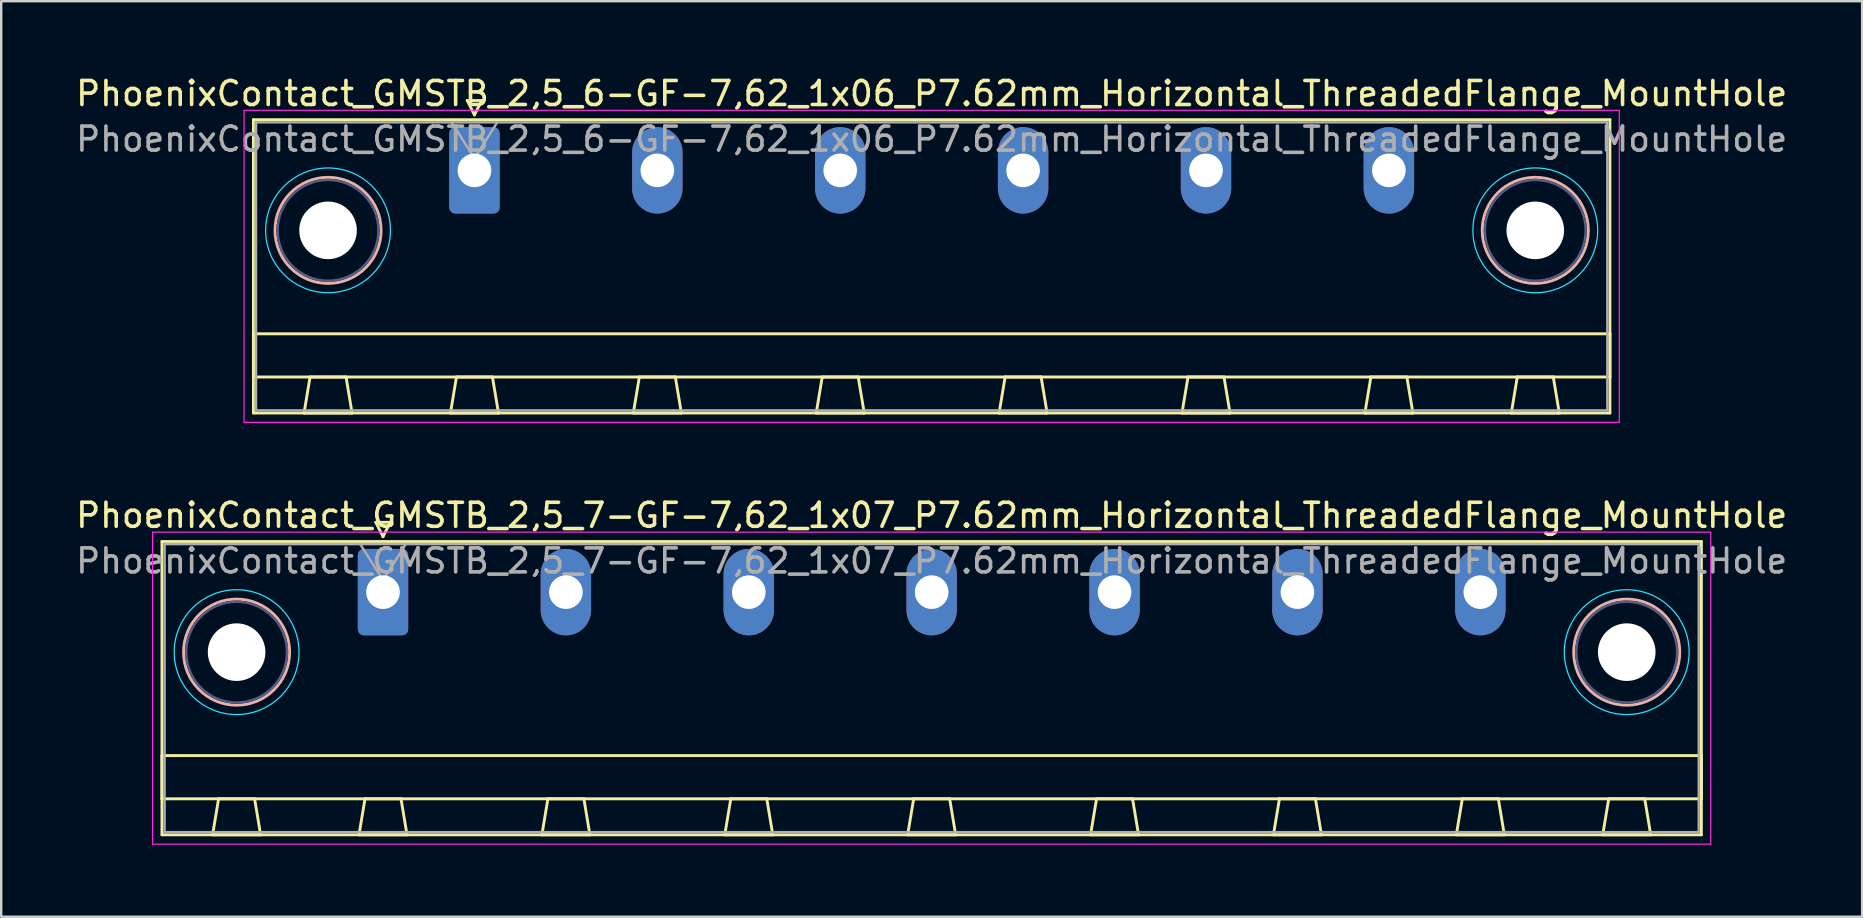
<source format=kicad_pcb>
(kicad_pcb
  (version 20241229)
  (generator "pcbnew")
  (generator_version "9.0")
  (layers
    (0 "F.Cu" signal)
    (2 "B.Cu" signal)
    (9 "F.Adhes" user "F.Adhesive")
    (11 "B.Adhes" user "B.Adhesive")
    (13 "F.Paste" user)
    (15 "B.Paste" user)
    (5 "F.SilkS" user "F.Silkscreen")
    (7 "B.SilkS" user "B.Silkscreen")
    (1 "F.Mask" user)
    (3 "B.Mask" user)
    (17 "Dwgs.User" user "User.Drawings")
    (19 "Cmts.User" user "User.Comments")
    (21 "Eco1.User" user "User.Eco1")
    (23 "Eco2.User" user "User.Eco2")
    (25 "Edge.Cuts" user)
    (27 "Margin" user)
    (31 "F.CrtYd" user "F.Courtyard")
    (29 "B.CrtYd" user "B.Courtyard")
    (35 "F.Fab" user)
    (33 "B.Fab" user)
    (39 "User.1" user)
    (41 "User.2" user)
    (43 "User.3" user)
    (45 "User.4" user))
  (footprint "PhoenixContact_GMSTB_2,5_6-GF-7,62_1x06_P7.62mm_Horizontal_ThreadedFlange_MountHole"
    (layer "F.Cu")
    (at 16.718 4.048)
    (property "Reference" "PhoenixContact_GMSTB_2,5_6-GF-7,62_1x06_P7.62mm_Horizontal_ThreadedFlange_MountHole" (at 19.05 -3.2 0) (layer "F.SilkS") (effects (font (size 1 1) (thickness 0.15))))
    (attr through_hole)
    (fp_line (start -9.21 -2.11) (end -9.21 10.11) (stroke (width 0.12) (type solid)) (layer "F.SilkS"))
    (fp_line (start -9.21 6.81) (end 47.31 6.81) (stroke (width 0.12) (type solid)) (layer "F.SilkS"))
    (fp_line (start -9.21 8.61) (end -9.21 6.81) (stroke (width 0.12) (type solid)) (layer "F.SilkS"))
    (fp_line (start -9.21 10.11) (end 47.31 10.11) (stroke (width 0.12) (type solid)) (layer "F.SilkS"))
    (fp_line (start -7.1 10.11) (end -5.1 10.11) (stroke (width 0.12) (type solid)) (layer "F.SilkS"))
    (fp_line (start -6.85 8.61) (end -7.1 10.11) (stroke (width 0.12) (type solid)) (layer "F.SilkS"))
    (fp_line (start -5.35 8.61) (end -6.85 8.61) (stroke (width 0.12) (type solid)) (layer "F.SilkS"))
    (fp_line (start -5.1 10.11) (end -5.35 8.61) (stroke (width 0.12) (type solid)) (layer "F.SilkS"))
    (fp_line (start -1 10.11) (end 1 10.11) (stroke (width 0.12) (type solid)) (layer "F.SilkS"))
    (fp_line (start -0.75 8.61) (end -1 10.11) (stroke (width 0.12) (type solid)) (layer "F.SilkS"))
    (fp_line (start -0.3 -2.91) (end 0.3 -2.91) (stroke (width 0.12) (type solid)) (layer "F.SilkS"))
    (fp_line (start 0 -2.31) (end -0.3 -2.91) (stroke (width 0.12) (type solid)) (layer "F.SilkS"))
    (fp_line (start 0.3 -2.91) (end 0 -2.31) (stroke (width 0.12) (type solid)) (layer "F.SilkS"))
    (fp_line (start 0.75 8.61) (end -0.75 8.61) (stroke (width 0.12) (type solid)) (layer "F.SilkS"))
    (fp_line (start 1 10.11) (end 0.75 8.61) (stroke (width 0.12) (type solid)) (layer "F.SilkS"))
    (fp_line (start 6.62 10.11) (end 8.62 10.11) (stroke (width 0.12) (type solid)) (layer "F.SilkS"))
    (fp_line (start 6.87 8.61) (end 6.62 10.11) (stroke (width 0.12) (type solid)) (layer "F.SilkS"))
    (fp_line (start 8.37 8.61) (end 6.87 8.61) (stroke (width 0.12) (type solid)) (layer "F.SilkS"))
    (fp_line (start 8.62 10.11) (end 8.37 8.61) (stroke (width 0.12) (type solid)) (layer "F.SilkS"))
    (fp_line (start 14.24 10.11) (end 16.24 10.11) (stroke (width 0.12) (type solid)) (layer "F.SilkS"))
    (fp_line (start 14.49 8.61) (end 14.24 10.11) (stroke (width 0.12) (type solid)) (layer "F.SilkS"))
    (fp_line (start 15.99 8.61) (end 14.49 8.61) (stroke (width 0.12) (type solid)) (layer "F.SilkS"))
    (fp_line (start 16.24 10.11) (end 15.99 8.61) (stroke (width 0.12) (type solid)) (layer "F.SilkS"))
    (fp_line (start 21.86 10.11) (end 23.86 10.11) (stroke (width 0.12) (type solid)) (layer "F.SilkS"))
    (fp_line (start 22.11 8.61) (end 21.86 10.11) (stroke (width 0.12) (type solid)) (layer "F.SilkS"))
    (fp_line (start 23.61 8.61) (end 22.11 8.61) (stroke (width 0.12) (type solid)) (layer "F.SilkS"))
    (fp_line (start 23.86 10.11) (end 23.61 8.61) (stroke (width 0.12) (type solid)) (layer "F.SilkS"))
    (fp_line (start 29.48 10.11) (end 31.48 10.11) (stroke (width 0.12) (type solid)) (layer "F.SilkS"))
    (fp_line (start 29.73 8.61) (end 29.48 10.11) (stroke (width 0.12) (type solid)) (layer "F.SilkS"))
    (fp_line (start 31.23 8.61) (end 29.73 8.61) (stroke (width 0.12) (type solid)) (layer "F.SilkS"))
    (fp_line (start 31.48 10.11) (end 31.23 8.61) (stroke (width 0.12) (type solid)) (layer "F.SilkS"))
    (fp_line (start 37.1 10.11) (end 39.1 10.11) (stroke (width 0.12) (type solid)) (layer "F.SilkS"))
    (fp_line (start 37.35 8.61) (end 37.1 10.11) (stroke (width 0.12) (type solid)) (layer "F.SilkS"))
    (fp_line (start 38.85 8.61) (end 37.35 8.61) (stroke (width 0.12) (type solid)) (layer "F.SilkS"))
    (fp_line (start 39.1 10.11) (end 38.85 8.61) (stroke (width 0.12) (type solid)) (layer "F.SilkS"))
    (fp_line (start 43.2 10.11) (end 45.2 10.11) (stroke (width 0.12) (type solid)) (layer "F.SilkS"))
    (fp_line (start 43.45 8.61) (end 43.2 10.11) (stroke (width 0.12) (type solid)) (layer "F.SilkS"))
    (fp_line (start 44.95 8.61) (end 43.45 8.61) (stroke (width 0.12) (type solid)) (layer "F.SilkS"))
    (fp_line (start 45.2 10.11) (end 44.95 8.61) (stroke (width 0.12) (type solid)) (layer "F.SilkS"))
    (fp_line (start 47.31 -2.11) (end -9.21 -2.11) (stroke (width 0.12) (type solid)) (layer "F.SilkS"))
    (fp_line (start 47.31 6.81) (end 47.31 8.61) (stroke (width 0.12) (type solid)) (layer "F.SilkS"))
    (fp_line (start 47.31 8.61) (end -9.21 8.61) (stroke (width 0.12) (type solid)) (layer "F.SilkS"))
    (fp_line (start 47.31 10.11) (end 47.31 -2.11) (stroke (width 0.12) (type solid)) (layer "F.SilkS"))
    (fp_circle (center -6.1 2.5) (end -3.89 2.5) (stroke (width 0.12) (type solid)) (fill no) (layer "B.SilkS"))
    (fp_circle (center 44.2 2.5) (end 46.41 2.5) (stroke (width 0.12) (type solid)) (fill no) (layer "B.SilkS"))
    (fp_circle (center -6.1 2.5) (end -3.5 2.5) (stroke (width 0.05) (type solid)) (fill no) (layer "B.CrtYd"))
    (fp_circle (center 44.2 2.5) (end 46.8 2.5) (stroke (width 0.05) (type solid)) (fill no) (layer "B.CrtYd"))
    (fp_line (start -9.6 -2.5) (end -9.6 10.5) (stroke (width 0.05) (type solid)) (layer "F.CrtYd"))
    (fp_line (start -9.6 10.5) (end 47.7 10.5) (stroke (width 0.05) (type solid)) (layer "F.CrtYd"))
    (fp_line (start 47.7 -2.5) (end -9.6 -2.5) (stroke (width 0.05) (type solid)) (layer "F.CrtYd"))
    (fp_line (start 47.7 10.5) (end 47.7 -2.5) (stroke (width 0.05) (type solid)) (layer "F.CrtYd"))
    (fp_circle (center -6.1 2.5) (end -4 2.5) (stroke (width 0.1) (type solid)) (fill no) (layer "B.Fab"))
    (fp_circle (center 44.2 2.5) (end 46.3 2.5) (stroke (width 0.1) (type solid)) (fill no) (layer "B.Fab"))
    (fp_line (start -9.1 -2) (end -9.1 10) (stroke (width 0.1) (type solid)) (layer "F.Fab"))
    (fp_line (start -9.1 10) (end 47.2 10) (stroke (width 0.1) (type solid)) (layer "F.Fab"))
    (fp_line (start 0 -0.5) (end -0.95 -2) (stroke (width 0.1) (type solid)) (layer "F.Fab"))
    (fp_line (start 0.95 -2) (end 0 -0.5) (stroke (width 0.1) (type solid)) (layer "F.Fab"))
    (fp_line (start 47.2 -2) (end -9.1 -2) (stroke (width 0.1) (type solid)) (layer "F.Fab"))
    (fp_line (start 47.2 10) (end 47.2 -2) (stroke (width 0.1) (type solid)) (layer "F.Fab"))
    (fp_text user "${REFERENCE}" (at 19.05 -1.3 0) (layer "F.Fab") (effects (font (size 1 1) (thickness 0.15))))
    (pad "" np_thru_hole circle (at -6.1 2.5) (size 2.4 2.4) (drill 2.4) (layers "*.Cu" "*.Mask"))
    (pad "" np_thru_hole circle (at 44.2 2.5) (size 2.4 2.4) (drill 2.4) (layers "*.Cu" "*.Mask"))
    (pad "1" thru_hole roundrect (at 0 0) (size 2.1 3.6) (drill 1.4) (layers "*.Cu" "*.Mask") (roundrect_rratio 0.119))
    (pad "2" thru_hole oval (at 7.62 0) (size 2.1 3.6) (drill 1.4) (layers "*.Cu" "*.Mask"))
    (pad "3" thru_hole oval (at 15.24 0) (size 2.1 3.6) (drill 1.4) (layers "*.Cu" "*.Mask"))
    (pad "4" thru_hole oval (at 22.86 0) (size 2.1 3.6) (drill 1.4) (layers "*.Cu" "*.Mask"))
    (pad "5" thru_hole oval (at 30.48 0) (size 2.1 3.6) (drill 1.4) (layers "*.Cu" "*.Mask"))
    (pad "6" thru_hole oval (at 38.1 0) (size 2.1 3.6) (drill 1.4) (layers "*.Cu" "*.Mask")))
  (footprint "PhoenixContact_GMSTB_2,5_7-GF-7,62_1x07_P7.62mm_Horizontal_ThreadedFlange_MountHole"
    (layer "F.Cu")
    (at 12.908 21.622)
    (property "Reference" "PhoenixContact_GMSTB_2,5_7-GF-7,62_1x07_P7.62mm_Horizontal_ThreadedFlange_MountHole" (at 22.86 -3.2 0) (layer "F.SilkS") (effects (font (size 1 1) (thickness 0.15))))
    (attr through_hole)
    (fp_line (start -9.21 -2.11) (end -9.21 10.11) (stroke (width 0.12) (type solid)) (layer "F.SilkS"))
    (fp_line (start -9.21 6.81) (end 54.93 6.81) (stroke (width 0.12) (type solid)) (layer "F.SilkS"))
    (fp_line (start -9.21 8.61) (end -9.21 6.81) (stroke (width 0.12) (type solid)) (layer "F.SilkS"))
    (fp_line (start -9.21 10.11) (end 54.93 10.11) (stroke (width 0.12) (type solid)) (layer "F.SilkS"))
    (fp_line (start -7.1 10.11) (end -5.1 10.11) (stroke (width 0.12) (type solid)) (layer "F.SilkS"))
    (fp_line (start -6.85 8.61) (end -7.1 10.11) (stroke (width 0.12) (type solid)) (layer "F.SilkS"))
    (fp_line (start -5.35 8.61) (end -6.85 8.61) (stroke (width 0.12) (type solid)) (layer "F.SilkS"))
    (fp_line (start -5.1 10.11) (end -5.35 8.61) (stroke (width 0.12) (type solid)) (layer "F.SilkS"))
    (fp_line (start -1 10.11) (end 1 10.11) (stroke (width 0.12) (type solid)) (layer "F.SilkS"))
    (fp_line (start -0.75 8.61) (end -1 10.11) (stroke (width 0.12) (type solid)) (layer "F.SilkS"))
    (fp_line (start -0.3 -2.91) (end 0.3 -2.91) (stroke (width 0.12) (type solid)) (layer "F.SilkS"))
    (fp_line (start 0 -2.31) (end -0.3 -2.91) (stroke (width 0.12) (type solid)) (layer "F.SilkS"))
    (fp_line (start 0.3 -2.91) (end 0 -2.31) (stroke (width 0.12) (type solid)) (layer "F.SilkS"))
    (fp_line (start 0.75 8.61) (end -0.75 8.61) (stroke (width 0.12) (type solid)) (layer "F.SilkS"))
    (fp_line (start 1 10.11) (end 0.75 8.61) (stroke (width 0.12) (type solid)) (layer "F.SilkS"))
    (fp_line (start 6.62 10.11) (end 8.62 10.11) (stroke (width 0.12) (type solid)) (layer "F.SilkS"))
    (fp_line (start 6.87 8.61) (end 6.62 10.11) (stroke (width 0.12) (type solid)) (layer "F.SilkS"))
    (fp_line (start 8.37 8.61) (end 6.87 8.61) (stroke (width 0.12) (type solid)) (layer "F.SilkS"))
    (fp_line (start 8.62 10.11) (end 8.37 8.61) (stroke (width 0.12) (type solid)) (layer "F.SilkS"))
    (fp_line (start 14.24 10.11) (end 16.24 10.11) (stroke (width 0.12) (type solid)) (layer "F.SilkS"))
    (fp_line (start 14.49 8.61) (end 14.24 10.11) (stroke (width 0.12) (type solid)) (layer "F.SilkS"))
    (fp_line (start 15.99 8.61) (end 14.49 8.61) (stroke (width 0.12) (type solid)) (layer "F.SilkS"))
    (fp_line (start 16.24 10.11) (end 15.99 8.61) (stroke (width 0.12) (type solid)) (layer "F.SilkS"))
    (fp_line (start 21.86 10.11) (end 23.86 10.11) (stroke (width 0.12) (type solid)) (layer "F.SilkS"))
    (fp_line (start 22.11 8.61) (end 21.86 10.11) (stroke (width 0.12) (type solid)) (layer "F.SilkS"))
    (fp_line (start 23.61 8.61) (end 22.11 8.61) (stroke (width 0.12) (type solid)) (layer "F.SilkS"))
    (fp_line (start 23.86 10.11) (end 23.61 8.61) (stroke (width 0.12) (type solid)) (layer "F.SilkS"))
    (fp_line (start 29.48 10.11) (end 31.48 10.11) (stroke (width 0.12) (type solid)) (layer "F.SilkS"))
    (fp_line (start 29.73 8.61) (end 29.48 10.11) (stroke (width 0.12) (type solid)) (layer "F.SilkS"))
    (fp_line (start 31.23 8.61) (end 29.73 8.61) (stroke (width 0.12) (type solid)) (layer "F.SilkS"))
    (fp_line (start 31.48 10.11) (end 31.23 8.61) (stroke (width 0.12) (type solid)) (layer "F.SilkS"))
    (fp_line (start 37.1 10.11) (end 39.1 10.11) (stroke (width 0.12) (type solid)) (layer "F.SilkS"))
    (fp_line (start 37.35 8.61) (end 37.1 10.11) (stroke (width 0.12) (type solid)) (layer "F.SilkS"))
    (fp_line (start 38.85 8.61) (end 37.35 8.61) (stroke (width 0.12) (type solid)) (layer "F.SilkS"))
    (fp_line (start 39.1 10.11) (end 38.85 8.61) (stroke (width 0.12) (type solid)) (layer "F.SilkS"))
    (fp_line (start 44.72 10.11) (end 46.72 10.11) (stroke (width 0.12) (type solid)) (layer "F.SilkS"))
    (fp_line (start 44.97 8.61) (end 44.72 10.11) (stroke (width 0.12) (type solid)) (layer "F.SilkS"))
    (fp_line (start 46.47 8.61) (end 44.97 8.61) (stroke (width 0.12) (type solid)) (layer "F.SilkS"))
    (fp_line (start 46.72 10.11) (end 46.47 8.61) (stroke (width 0.12) (type solid)) (layer "F.SilkS"))
    (fp_line (start 50.82 10.11) (end 52.82 10.11) (stroke (width 0.12) (type solid)) (layer "F.SilkS"))
    (fp_line (start 51.07 8.61) (end 50.82 10.11) (stroke (width 0.12) (type solid)) (layer "F.SilkS"))
    (fp_line (start 52.57 8.61) (end 51.07 8.61) (stroke (width 0.12) (type solid)) (layer "F.SilkS"))
    (fp_line (start 52.82 10.11) (end 52.57 8.61) (stroke (width 0.12) (type solid)) (layer "F.SilkS"))
    (fp_line (start 54.93 -2.11) (end -9.21 -2.11) (stroke (width 0.12) (type solid)) (layer "F.SilkS"))
    (fp_line (start 54.93 6.81) (end 54.93 8.61) (stroke (width 0.12) (type solid)) (layer "F.SilkS"))
    (fp_line (start 54.93 8.61) (end -9.21 8.61) (stroke (width 0.12) (type solid)) (layer "F.SilkS"))
    (fp_line (start 54.93 10.11) (end 54.93 -2.11) (stroke (width 0.12) (type solid)) (layer "F.SilkS"))
    (fp_circle (center -6.1 2.5) (end -3.89 2.5) (stroke (width 0.12) (type solid)) (fill no) (layer "B.SilkS"))
    (fp_circle (center 51.82 2.5) (end 54.03 2.5) (stroke (width 0.12) (type solid)) (fill no) (layer "B.SilkS"))
    (fp_circle (center -6.1 2.5) (end -3.5 2.5) (stroke (width 0.05) (type solid)) (fill no) (layer "B.CrtYd"))
    (fp_circle (center 51.82 2.5) (end 54.42 2.5) (stroke (width 0.05) (type solid)) (fill no) (layer "B.CrtYd"))
    (fp_line (start -9.6 -2.5) (end -9.6 10.5) (stroke (width 0.05) (type solid)) (layer "F.CrtYd"))
    (fp_line (start -9.6 10.5) (end 55.32 10.5) (stroke (width 0.05) (type solid)) (layer "F.CrtYd"))
    (fp_line (start 55.32 -2.5) (end -9.6 -2.5) (stroke (width 0.05) (type solid)) (layer "F.CrtYd"))
    (fp_line (start 55.32 10.5) (end 55.32 -2.5) (stroke (width 0.05) (type solid)) (layer "F.CrtYd"))
    (fp_circle (center -6.1 2.5) (end -4 2.5) (stroke (width 0.1) (type solid)) (fill no) (layer "B.Fab"))
    (fp_circle (center 51.82 2.5) (end 53.92 2.5) (stroke (width 0.1) (type solid)) (fill no) (layer "B.Fab"))
    (fp_line (start -9.1 -2) (end -9.1 10) (stroke (width 0.1) (type solid)) (layer "F.Fab"))
    (fp_line (start -9.1 10) (end 54.82 10) (stroke (width 0.1) (type solid)) (layer "F.Fab"))
    (fp_line (start 0 -0.5) (end -0.95 -2) (stroke (width 0.1) (type solid)) (layer "F.Fab"))
    (fp_line (start 0.95 -2) (end 0 -0.5) (stroke (width 0.1) (type solid)) (layer "F.Fab"))
    (fp_line (start 54.82 -2) (end -9.1 -2) (stroke (width 0.1) (type solid)) (layer "F.Fab"))
    (fp_line (start 54.82 10) (end 54.82 -2) (stroke (width 0.1) (type solid)) (layer "F.Fab"))
    (fp_text user "${REFERENCE}" (at 22.86 -1.3 0) (layer "F.Fab") (effects (font (size 1 1) (thickness 0.15))))
    (pad "" np_thru_hole circle (at -6.1 2.5) (size 2.4 2.4) (drill 2.4) (layers "*.Cu" "*.Mask"))
    (pad "" np_thru_hole circle (at 51.82 2.5) (size 2.4 2.4) (drill 2.4) (layers "*.Cu" "*.Mask"))
    (pad "1" thru_hole roundrect (at 0 0) (size 2.1 3.6) (drill 1.4) (layers "*.Cu" "*.Mask") (roundrect_rratio 0.119))
    (pad "2" thru_hole oval (at 7.62 0) (size 2.1 3.6) (drill 1.4) (layers "*.Cu" "*.Mask"))
    (pad "3" thru_hole oval (at 15.24 0) (size 2.1 3.6) (drill 1.4) (layers "*.Cu" "*.Mask"))
    (pad "4" thru_hole oval (at 22.86 0) (size 2.1 3.6) (drill 1.4) (layers "*.Cu" "*.Mask"))
    (pad "5" thru_hole oval (at 30.48 0) (size 2.1 3.6) (drill 1.4) (layers "*.Cu" "*.Mask"))
    (pad "6" thru_hole oval (at 38.1 0) (size 2.1 3.6) (drill 1.4) (layers "*.Cu" "*.Mask"))
    (pad "7" thru_hole oval (at 45.72 0) (size 2.1 3.6) (drill 1.4) (layers "*.Cu" "*.Mask")))
  (gr_rect
    (start -3 -3)
    (end 74.536 35.147)
    (stroke (width 0.1) (type default))
    (fill no)
    (layer "Edge.Cuts")))
</source>
